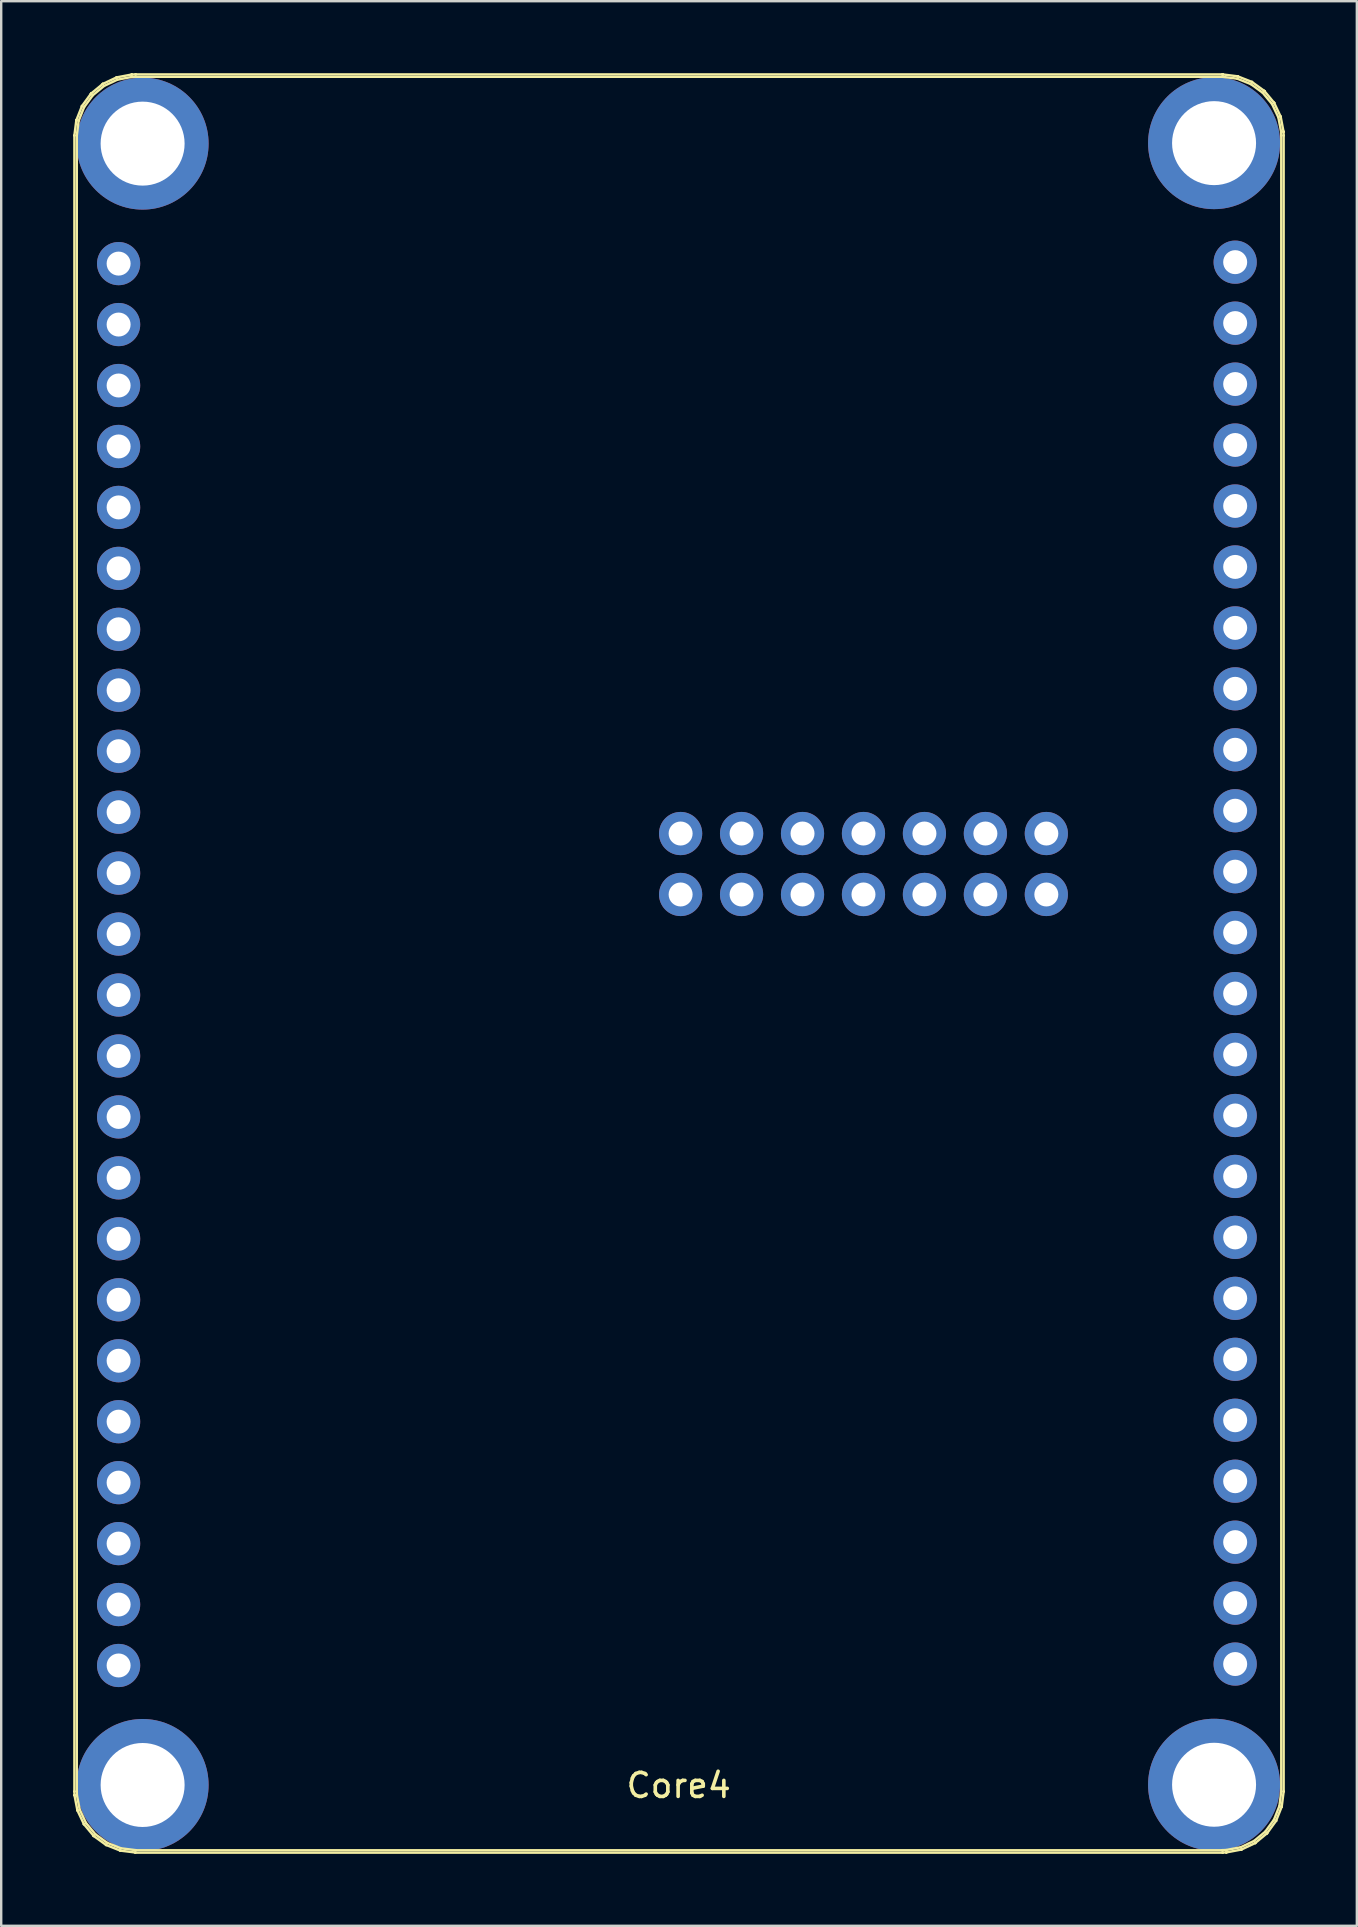
<source format=kicad_pcb>
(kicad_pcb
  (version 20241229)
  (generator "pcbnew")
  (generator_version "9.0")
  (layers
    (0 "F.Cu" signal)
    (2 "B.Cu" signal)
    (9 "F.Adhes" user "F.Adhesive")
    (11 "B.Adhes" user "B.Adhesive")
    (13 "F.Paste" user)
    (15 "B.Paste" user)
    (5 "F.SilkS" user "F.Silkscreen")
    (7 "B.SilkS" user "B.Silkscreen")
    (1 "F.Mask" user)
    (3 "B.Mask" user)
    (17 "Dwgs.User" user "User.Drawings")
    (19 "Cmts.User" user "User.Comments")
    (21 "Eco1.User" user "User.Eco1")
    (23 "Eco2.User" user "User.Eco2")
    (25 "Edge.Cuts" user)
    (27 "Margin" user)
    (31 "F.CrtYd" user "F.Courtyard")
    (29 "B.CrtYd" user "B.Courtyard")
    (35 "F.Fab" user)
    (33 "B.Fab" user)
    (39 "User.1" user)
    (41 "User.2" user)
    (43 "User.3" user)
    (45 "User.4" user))
  (footprint "Core4"
    (layer "F.Cu")
    (at 1.893 7.935)
    (property "Reference" "Core4" (at 23.34 63.42 0) (layer "F.SilkS") (effects (font (size 1 1) (thickness 0.15))))
    (attr through_hole)
    (fp_line (start -1.843 -5.339) (end -1.843 -5.342) (stroke (width 0.1) (type solid)) (layer "F.SilkS"))
    (fp_line (start -1.843 63.669) (end -1.843 -5.339) (stroke (width 0.1) (type solid)) (layer "F.SilkS"))
    (fp_line (start -1.843 63.67) (end -1.843 63.669) (stroke (width 0.1) (type solid)) (layer "F.SilkS"))
    (fp_line (start -1.843 -5.342) (end -1.764 -5.963) (stroke (width 0.1) (type solid)) (layer "F.SilkS"))
    (fp_line (start -1.838 63.824) (end -1.843 63.67) (stroke (width 0.1) (type solid)) (layer "F.SilkS"))
    (fp_line (start -1.838 63.825) (end -1.838 63.824) (stroke (width 0.1) (type solid)) (layer "F.SilkS"))
    (fp_line (start -1.838 63.824) (end -1.838 63.824) (stroke (width 0.1) (type solid)) (layer "F.SilkS"))
    (fp_line (start -1.838 63.831) (end -1.838 63.825) (stroke (width 0.1) (type solid)) (layer "F.SilkS"))
    (fp_line (start -1.764 -5.963) (end -1.763 -5.969) (stroke (width 0.1) (type solid)) (layer "F.SilkS"))
    (fp_line (start -1.763 -5.969) (end -1.762 -5.972) (stroke (width 0.1) (type solid)) (layer "F.SilkS"))
    (fp_line (start -1.762 -5.972) (end -1.761 -5.975) (stroke (width 0.1) (type solid)) (layer "F.SilkS"))
    (fp_line (start -1.761 -5.975) (end -1.531 -6.558) (stroke (width 0.1) (type solid)) (layer "F.SilkS"))
    (fp_line (start -1.743 -5.332) (end -1.743 63.664) (stroke (width 0.1) (type solid)) (layer "F.SilkS"))
    (fp_line (start -1.743 63.664) (end -1.739 63.816) (stroke (width 0.1) (type solid)) (layer "F.SilkS"))
    (fp_line (start -1.739 63.816) (end -1.623 64.422) (stroke (width 0.1) (type solid)) (layer "F.SilkS"))
    (fp_line (start -1.72 64.447) (end -1.838 63.831) (stroke (width 0.1) (type solid)) (layer "F.SilkS"))
    (fp_line (start -1.719 64.45) (end -1.72 64.447) (stroke (width 0.1) (type solid)) (layer "F.SilkS"))
    (fp_line (start -1.719 64.453) (end -1.719 64.45) (stroke (width 0.1) (type solid)) (layer "F.SilkS"))
    (fp_line (start -1.716 64.459) (end -1.719 64.453) (stroke (width 0.1) (type solid)) (layer "F.SilkS"))
    (fp_line (start -1.666 -5.944) (end -1.743 -5.332) (stroke (width 0.1) (type solid)) (layer "F.SilkS"))
    (fp_line (start -1.623 64.422) (end -1.362 64.978) (stroke (width 0.1) (type solid)) (layer "F.SilkS"))
    (fp_line (start -1.531 -6.558) (end -1.528 -6.563) (stroke (width 0.1) (type solid)) (layer "F.SilkS"))
    (fp_line (start -1.528 -6.563) (end -1.526 -6.566) (stroke (width 0.1) (type solid)) (layer "F.SilkS"))
    (fp_line (start -1.526 -6.566) (end -1.525 -6.569) (stroke (width 0.1) (type solid)) (layer "F.SilkS"))
    (fp_line (start -1.525 -6.569) (end -1.156 -7.076) (stroke (width 0.1) (type solid)) (layer "F.SilkS"))
    (fp_line (start -1.45 65.026) (end -1.716 64.459) (stroke (width 0.1) (type solid)) (layer "F.SilkS"))
    (fp_line (start -1.448 65.029) (end -1.45 65.026) (stroke (width 0.1) (type solid)) (layer "F.SilkS"))
    (fp_line (start -1.446 65.031) (end -1.448 65.029) (stroke (width 0.1) (type solid)) (layer "F.SilkS"))
    (fp_line (start -1.443 65.036) (end -1.446 65.031) (stroke (width 0.1) (type solid)) (layer "F.SilkS"))
    (fp_line (start -1.44 -6.515) (end -1.666 -5.944) (stroke (width 0.1) (type solid)) (layer "F.SilkS"))
    (fp_line (start -1.362 64.978) (end -0.97 65.451) (stroke (width 0.1) (type solid)) (layer "F.SilkS"))
    (fp_line (start -1.156 -7.076) (end -1.152 -7.08) (stroke (width 0.1) (type solid)) (layer "F.SilkS"))
    (fp_line (start -1.152 -7.08) (end -1.15 -7.082) (stroke (width 0.1) (type solid)) (layer "F.SilkS"))
    (fp_line (start -1.15 -7.082) (end -1.148 -7.085) (stroke (width 0.1) (type solid)) (layer "F.SilkS"))
    (fp_line (start -1.148 -7.085) (end -0.665 -7.484) (stroke (width 0.1) (type solid)) (layer "F.SilkS"))
    (fp_line (start -1.079 -7.012) (end -1.44 -6.515) (stroke (width 0.1) (type solid)) (layer "F.SilkS"))
    (fp_line (start -1.043 65.519) (end -1.443 65.036) (stroke (width 0.1) (type solid)) (layer "F.SilkS"))
    (fp_line (start -1.041 65.521) (end -1.043 65.519) (stroke (width 0.1) (type solid)) (layer "F.SilkS"))
    (fp_line (start -1.039 65.524) (end -1.041 65.521) (stroke (width 0.1) (type solid)) (layer "F.SilkS"))
    (fp_line (start -1.034 65.528) (end -1.039 65.524) (stroke (width 0.1) (type solid)) (layer "F.SilkS"))
    (fp_line (start -0.97 65.451) (end -0.473 65.812) (stroke (width 0.1) (type solid)) (layer "F.SilkS"))
    (fp_line (start -0.665 -7.484) (end -0.66 -7.488) (stroke (width 0.1) (type solid)) (layer "F.SilkS"))
    (fp_line (start -0.66 -7.488) (end -0.657 -7.489) (stroke (width 0.1) (type solid)) (layer "F.SilkS"))
    (fp_line (start -0.657 -7.489) (end -0.654 -7.491) (stroke (width 0.1) (type solid)) (layer "F.SilkS"))
    (fp_line (start -0.654 -7.491) (end -0.087 -7.758) (stroke (width 0.1) (type solid)) (layer "F.SilkS"))
    (fp_line (start -0.606 -7.403) (end -1.079 -7.012) (stroke (width 0.1) (type solid)) (layer "F.SilkS"))
    (fp_line (start -0.527 65.896) (end -1.034 65.528) (stroke (width 0.1) (type solid)) (layer "F.SilkS"))
    (fp_line (start -0.524 65.898) (end -0.527 65.896) (stroke (width 0.1) (type solid)) (layer "F.SilkS"))
    (fp_line (start -0.522 65.9) (end -0.524 65.898) (stroke (width 0.1) (type solid)) (layer "F.SilkS"))
    (fp_line (start -0.516 65.902) (end -0.522 65.9) (stroke (width 0.1) (type solid)) (layer "F.SilkS"))
    (fp_line (start -0.473 65.812) (end 0.097 66.038) (stroke (width 0.1) (type solid)) (layer "F.SilkS"))
    (fp_line (start -0.087 -7.758) (end -0.081 -7.76) (stroke (width 0.1) (type solid)) (layer "F.SilkS"))
    (fp_line (start -0.081 -7.76) (end -0.078 -7.761) (stroke (width 0.1) (type solid)) (layer "F.SilkS"))
    (fp_line (start -0.078 -7.761) (end -0.075 -7.762) (stroke (width 0.1) (type solid)) (layer "F.SilkS"))
    (fp_line (start -0.075 -7.762) (end 0.54 -7.879) (stroke (width 0.1) (type solid)) (layer "F.SilkS"))
    (fp_line (start -0.05 -7.665) (end -0.606 -7.403) (stroke (width 0.1) (type solid)) (layer "F.SilkS"))
    (fp_line (start 0.067 66.133) (end -0.516 65.902) (stroke (width 0.1) (type solid)) (layer "F.SilkS"))
    (fp_line (start 0.07 66.134) (end 0.067 66.133) (stroke (width 0.1) (type solid)) (layer "F.SilkS"))
    (fp_line (start 0.072 66.135) (end 0.07 66.134) (stroke (width 0.1) (type solid)) (layer "F.SilkS"))
    (fp_line (start 0.079 66.136) (end 0.072 66.135) (stroke (width 0.1) (type solid)) (layer "F.SilkS"))
    (fp_line (start 0.097 66.038) (end 0.713 66.115) (stroke (width 0.1) (type solid)) (layer "F.SilkS"))
    (fp_line (start 0.54 -7.879) (end 0.546 -7.88) (stroke (width 0.1) (type solid)) (layer "F.SilkS"))
    (fp_line (start 0.546 -7.88) (end 0.547 -7.88) (stroke (width 0.1) (type solid)) (layer "F.SilkS"))
    (fp_line (start 0.547 -7.88) (end 0.548 -7.88) (stroke (width 0.1) (type solid)) (layer "F.SilkS"))
    (fp_line (start 0.548 -7.88) (end 0.705 -7.885) (stroke (width 0.1) (type solid)) (layer "F.SilkS"))
    (fp_line (start 0.555 -7.78) (end -0.05 -7.665) (stroke (width 0.1) (type solid)) (layer "F.SilkS"))
    (fp_line (start 0.683 66.212) (end 0.079 66.136) (stroke (width 0.1) (type solid)) (layer "F.SilkS"))
    (fp_line (start 0.69 66.216) (end 0.683 66.212) (stroke (width 0.1) (type solid)) (layer "F.SilkS"))
    (fp_line (start 0.7 -7.785) (end 0.555 -7.78) (stroke (width 0.1) (type solid)) (layer "F.SilkS"))
    (fp_line (start 0.703 -7.784) (end 0.7 -7.785) (stroke (width 0.1) (type solid)) (layer "F.SilkS"))
    (fp_line (start 0.703 66.219) (end 0.69 66.216) (stroke (width 0.1) (type solid)) (layer "F.SilkS"))
    (fp_line (start 0.705 -7.885) (end 0.711 -7.885) (stroke (width 0.1) (type solid)) (layer "F.SilkS"))
    (fp_line (start 0.711 -7.885) (end 0.713 -7.884) (stroke (width 0.1) (type solid)) (layer "F.SilkS"))
    (fp_line (start 0.713 66.115) (end 0.719 66.117) (stroke (width 0.1) (type solid)) (layer "F.SilkS"))
    (fp_line (start 0.713 -7.884) (end 45.993 -7.884) (stroke (width 0.1) (type solid)) (layer "F.SilkS"))
    (fp_line (start 0.719 66.117) (end 0.724 66.119) (stroke (width 0.1) (type solid)) (layer "F.SilkS"))
    (fp_line (start 0.724 66.119) (end 45.982 66.119) (stroke (width 0.1) (type solid)) (layer "F.SilkS"))
    (fp_line (start 45.982 66.119) (end 45.986 66.117) (stroke (width 0.1) (type solid)) (layer "F.SilkS"))
    (fp_line (start 45.986 66.117) (end 45.998 66.115) (stroke (width 0.1) (type solid)) (layer "F.SilkS"))
    (fp_line (start 45.993 -7.884) (end 45.994 -7.884) (stroke (width 0.1) (type solid)) (layer "F.SilkS"))
    (fp_line (start 45.994 -7.884) (end 46.006 -7.884) (stroke (width 0.1) (type solid)) (layer "F.SilkS"))
    (fp_line (start 45.998 66.115) (end 46.152 66.11) (stroke (width 0.1) (type solid)) (layer "F.SilkS"))
    (fp_line (start 46 66.219) (end 0.703 66.219) (stroke (width 0.1) (type solid)) (layer "F.SilkS"))
    (fp_line (start 46.002 -7.784) (end 0.703 -7.784) (stroke (width 0.1) (type solid)) (layer "F.SilkS"))
    (fp_line (start 46.006 -7.884) (end 46.009 -7.884) (stroke (width 0.1) (type solid)) (layer "F.SilkS"))
    (fp_line (start 46.009 -7.884) (end 46.013 -7.884) (stroke (width 0.1) (type solid)) (layer "F.SilkS"))
    (fp_line (start 46.013 -7.884) (end 46.023 -7.882) (stroke (width 0.1) (type solid)) (layer "F.SilkS"))
    (fp_line (start 46.013 66.216) (end 46 66.219) (stroke (width 0.1) (type solid)) (layer "F.SilkS"))
    (fp_line (start 46.016 66.215) (end 46.013 66.216) (stroke (width 0.1) (type solid)) (layer "F.SilkS"))
    (fp_line (start 46.023 -7.882) (end 46.628 -7.806) (stroke (width 0.1) (type solid)) (layer "F.SilkS"))
    (fp_line (start 46.152 66.11) (end 46.757 65.995) (stroke (width 0.1) (type solid)) (layer "F.SilkS"))
    (fp_line (start 46.159 66.21) (end 46.016 66.215) (stroke (width 0.1) (type solid)) (layer "F.SilkS"))
    (fp_line (start 46.159 66.21) (end 46.159 66.21) (stroke (width 0.1) (type solid)) (layer "F.SilkS"))
    (fp_line (start 46.16 66.21) (end 46.159 66.21) (stroke (width 0.1) (type solid)) (layer "F.SilkS"))
    (fp_line (start 46.166 66.209) (end 46.16 66.21) (stroke (width 0.1) (type solid)) (layer "F.SilkS"))
    (fp_line (start 46.609 -7.707) (end 46.002 -7.784) (stroke (width 0.1) (type solid)) (layer "F.SilkS"))
    (fp_line (start 46.628 -7.806) (end 46.634 -7.805) (stroke (width 0.1) (type solid)) (layer "F.SilkS"))
    (fp_line (start 46.634 -7.805) (end 46.637 -7.803) (stroke (width 0.1) (type solid)) (layer "F.SilkS"))
    (fp_line (start 46.637 -7.803) (end 46.64 -7.803) (stroke (width 0.1) (type solid)) (layer "F.SilkS"))
    (fp_line (start 46.64 -7.803) (end 47.223 -7.572) (stroke (width 0.1) (type solid)) (layer "F.SilkS"))
    (fp_line (start 46.757 65.995) (end 47.313 65.733) (stroke (width 0.1) (type solid)) (layer "F.SilkS"))
    (fp_line (start 46.782 66.092) (end 46.166 66.209) (stroke (width 0.1) (type solid)) (layer "F.SilkS"))
    (fp_line (start 46.785 66.091) (end 46.782 66.092) (stroke (width 0.1) (type solid)) (layer "F.SilkS"))
    (fp_line (start 46.788 66.09) (end 46.785 66.091) (stroke (width 0.1) (type solid)) (layer "F.SilkS"))
    (fp_line (start 46.794 66.088) (end 46.788 66.09) (stroke (width 0.1) (type solid)) (layer "F.SilkS"))
    (fp_line (start 47.18 -7.481) (end 46.609 -7.707) (stroke (width 0.1) (type solid)) (layer "F.SilkS"))
    (fp_line (start 47.223 -7.572) (end 47.229 -7.569) (stroke (width 0.1) (type solid)) (layer "F.SilkS"))
    (fp_line (start 47.229 -7.569) (end 47.231 -7.567) (stroke (width 0.1) (type solid)) (layer "F.SilkS"))
    (fp_line (start 47.231 -7.567) (end 47.234 -7.566) (stroke (width 0.1) (type solid)) (layer "F.SilkS"))
    (fp_line (start 47.234 -7.566) (end 47.741 -7.198) (stroke (width 0.1) (type solid)) (layer "F.SilkS"))
    (fp_line (start 47.313 65.733) (end 47.786 65.342) (stroke (width 0.1) (type solid)) (layer "F.SilkS"))
    (fp_line (start 47.361 65.821) (end 46.794 66.088) (stroke (width 0.1) (type solid)) (layer "F.SilkS"))
    (fp_line (start 47.364 65.819) (end 47.361 65.821) (stroke (width 0.1) (type solid)) (layer "F.SilkS"))
    (fp_line (start 47.367 65.818) (end 47.364 65.819) (stroke (width 0.1) (type solid)) (layer "F.SilkS"))
    (fp_line (start 47.371 65.814) (end 47.367 65.818) (stroke (width 0.1) (type solid)) (layer "F.SilkS"))
    (fp_line (start 47.677 -7.12) (end 47.18 -7.481) (stroke (width 0.1) (type solid)) (layer "F.SilkS"))
    (fp_line (start 47.741 -7.198) (end 47.746 -7.194) (stroke (width 0.1) (type solid)) (layer "F.SilkS"))
    (fp_line (start 47.746 -7.194) (end 47.748 -7.191) (stroke (width 0.1) (type solid)) (layer "F.SilkS"))
    (fp_line (start 47.748 -7.191) (end 47.75 -7.189) (stroke (width 0.1) (type solid)) (layer "F.SilkS"))
    (fp_line (start 47.75 -7.189) (end 48.149 -6.706) (stroke (width 0.1) (type solid)) (layer "F.SilkS"))
    (fp_line (start 47.786 65.342) (end 48.147 64.845) (stroke (width 0.1) (type solid)) (layer "F.SilkS"))
    (fp_line (start 47.854 65.415) (end 47.371 65.814) (stroke (width 0.1) (type solid)) (layer "F.SilkS"))
    (fp_line (start 47.856 65.413) (end 47.854 65.415) (stroke (width 0.1) (type solid)) (layer "F.SilkS"))
    (fp_line (start 47.859 65.411) (end 47.856 65.413) (stroke (width 0.1) (type solid)) (layer "F.SilkS"))
    (fp_line (start 47.863 65.406) (end 47.859 65.411) (stroke (width 0.1) (type solid)) (layer "F.SilkS"))
    (fp_line (start 48.068 -6.647) (end 47.677 -7.12) (stroke (width 0.1) (type solid)) (layer "F.SilkS"))
    (fp_line (start 48.147 64.845) (end 48.373 64.274) (stroke (width 0.1) (type solid)) (layer "F.SilkS"))
    (fp_line (start 48.149 -6.706) (end 48.153 -6.701) (stroke (width 0.1) (type solid)) (layer "F.SilkS"))
    (fp_line (start 48.153 -6.701) (end 48.154 -6.698) (stroke (width 0.1) (type solid)) (layer "F.SilkS"))
    (fp_line (start 48.154 -6.698) (end 48.156 -6.696) (stroke (width 0.1) (type solid)) (layer "F.SilkS"))
    (fp_line (start 48.156 -6.696) (end 48.423 -6.129) (stroke (width 0.1) (type solid)) (layer "F.SilkS"))
    (fp_line (start 48.231 64.899) (end 47.863 65.406) (stroke (width 0.1) (type solid)) (layer "F.SilkS"))
    (fp_line (start 48.233 64.896) (end 48.231 64.899) (stroke (width 0.1) (type solid)) (layer "F.SilkS"))
    (fp_line (start 48.235 64.893) (end 48.233 64.896) (stroke (width 0.1) (type solid)) (layer "F.SilkS"))
    (fp_line (start 48.237 64.888) (end 48.235 64.893) (stroke (width 0.1) (type solid)) (layer "F.SilkS"))
    (fp_line (start 48.33 -6.092) (end 48.068 -6.647) (stroke (width 0.1) (type solid)) (layer "F.SilkS"))
    (fp_line (start 48.373 64.274) (end 48.45 63.662) (stroke (width 0.1) (type solid)) (layer "F.SilkS"))
    (fp_line (start 48.423 -6.129) (end 48.425 -6.123) (stroke (width 0.1) (type solid)) (layer "F.SilkS"))
    (fp_line (start 48.425 -6.123) (end 48.426 -6.12) (stroke (width 0.1) (type solid)) (layer "F.SilkS"))
    (fp_line (start 48.426 -6.12) (end 48.427 -6.117) (stroke (width 0.1) (type solid)) (layer "F.SilkS"))
    (fp_line (start 48.427 -6.117) (end 48.544 -5.501) (stroke (width 0.1) (type solid)) (layer "F.SilkS"))
    (fp_line (start 48.445 -5.486) (end 48.33 -6.092) (stroke (width 0.1) (type solid)) (layer "F.SilkS"))
    (fp_line (start 48.45 -5.334) (end 48.445 -5.486) (stroke (width 0.1) (type solid)) (layer "F.SilkS"))
    (fp_line (start 48.45 63.662) (end 48.45 -5.334) (stroke (width 0.1) (type solid)) (layer "F.SilkS"))
    (fp_line (start 48.468 64.305) (end 48.237 64.888) (stroke (width 0.1) (type solid)) (layer "F.SilkS"))
    (fp_line (start 48.469 64.302) (end 48.468 64.305) (stroke (width 0.1) (type solid)) (layer "F.SilkS"))
    (fp_line (start 48.47 64.299) (end 48.469 64.302) (stroke (width 0.1) (type solid)) (layer "F.SilkS"))
    (fp_line (start 48.471 64.293) (end 48.47 64.299) (stroke (width 0.1) (type solid)) (layer "F.SilkS"))
    (fp_line (start 48.544 -5.501) (end 48.545 -5.495) (stroke (width 0.1) (type solid)) (layer "F.SilkS"))
    (fp_line (start 48.545 -5.494) (end 48.545 -5.493) (stroke (width 0.1) (type solid)) (layer "F.SilkS"))
    (fp_line (start 48.545 -5.495) (end 48.545 -5.494) (stroke (width 0.1) (type solid)) (layer "F.SilkS"))
    (fp_line (start 48.545 -5.493) (end 48.55 -5.34) (stroke (width 0.1) (type solid)) (layer "F.SilkS"))
    (fp_line (start 48.55 63.672) (end 48.471 64.293) (stroke (width 0.1) (type solid)) (layer "F.SilkS"))
    (fp_line (start 48.55 -5.34) (end 48.55 -5.339) (stroke (width 0.1) (type solid)) (layer "F.SilkS"))
    (fp_line (start 48.55 -5.339) (end 48.55 63.669) (stroke (width 0.1) (type solid)) (layer "F.SilkS"))
    (fp_line (start 48.55 63.669) (end 48.55 63.672) (stroke (width 0.1) (type solid)) (layer "F.SilkS"))
    (pad "" thru_hole circle (at 1 -5) (size 5.5 5.5) (drill 3.5) (layers "*.Cu" "*.Mask"))
    (pad "" thru_hole circle (at 1 63.4) (size 5.5 5.5) (drill 3.5) (layers "*.Cu" "*.Mask"))
    (pad "" thru_hole circle (at 45.65 -5.02) (size 5.5 5.5) (drill 3.5) (layers "*.Cu" "*.Mask"))
    (pad "" thru_hole circle (at 45.65 63.39) (size 5.5 5.5) (drill 3.5) (layers "*.Cu" "*.Mask"))
    (pad "1" thru_hole circle (at 0 0) (size 1.8 1.8) (drill 1) (layers "*.Cu" "*.Mask"))
    (pad "2" thru_hole circle (at 0 2.54) (size 1.8 1.8) (drill 1) (layers "*.Cu" "*.Mask"))
    (pad "3" thru_hole circle (at 0 5.08) (size 1.8 1.8) (drill 1) (layers "*.Cu" "*.Mask"))
    (pad "4" thru_hole circle (at 0 7.62) (size 1.8 1.8) (drill 1) (layers "*.Cu" "*.Mask"))
    (pad "5" thru_hole circle (at 0 10.16) (size 1.8 1.8) (drill 1) (layers "*.Cu" "*.Mask"))
    (pad "6" thru_hole circle (at 0 12.7) (size 1.8 1.8) (drill 1) (layers "*.Cu" "*.Mask"))
    (pad "7" thru_hole circle (at 0 15.24) (size 1.8 1.8) (drill 1) (layers "*.Cu" "*.Mask"))
    (pad "8" thru_hole circle (at 0 17.78) (size 1.8 1.8) (drill 1) (layers "*.Cu" "*.Mask"))
    (pad "9" thru_hole circle (at 0 20.32) (size 1.8 1.8) (drill 1) (layers "*.Cu" "*.Mask"))
    (pad "10" thru_hole circle (at 0 22.86) (size 1.8 1.8) (drill 1) (layers "*.Cu" "*.Mask"))
    (pad "11" thru_hole circle (at 0 25.4) (size 1.8 1.8) (drill 1) (layers "*.Cu" "*.Mask"))
    (pad "12" thru_hole circle (at 0 27.94) (size 1.8 1.8) (drill 1) (layers "*.Cu" "*.Mask"))
    (pad "13" thru_hole circle (at 0 30.48) (size 1.8 1.8) (drill 1) (layers "*.Cu" "*.Mask"))
    (pad "14" thru_hole circle (at 0 33.02) (size 1.8 1.8) (drill 1) (layers "*.Cu" "*.Mask"))
    (pad "15" thru_hole circle (at 0 35.56) (size 1.8 1.8) (drill 1) (layers "*.Cu" "*.Mask"))
    (pad "16" thru_hole circle (at 0 38.1) (size 1.8 1.8) (drill 1) (layers "*.Cu" "*.Mask"))
    (pad "17" thru_hole circle (at 0 40.64) (size 1.8 1.8) (drill 1) (layers "*.Cu" "*.Mask"))
    (pad "18" thru_hole circle (at 0 43.18) (size 1.8 1.8) (drill 1) (layers "*.Cu" "*.Mask"))
    (pad "19" thru_hole circle (at 0 45.72) (size 1.8 1.8) (drill 1) (layers "*.Cu" "*.Mask"))
    (pad "20" thru_hole circle (at 0 48.26) (size 1.8 1.8) (drill 1) (layers "*.Cu" "*.Mask"))
    (pad "21" thru_hole circle (at 0 50.8) (size 1.8 1.8) (drill 1) (layers "*.Cu" "*.Mask"))
    (pad "22" thru_hole circle (at 0 53.34) (size 1.8 1.8) (drill 1) (layers "*.Cu" "*.Mask"))
    (pad "23" thru_hole circle (at 0 55.88) (size 1.8 1.8) (drill 1) (layers "*.Cu" "*.Mask"))
    (pad "24" thru_hole circle (at 0 58.42) (size 1.8 1.8) (drill 1) (layers "*.Cu" "*.Mask"))
    (pad "25" thru_hole circle (at 46.53 -0.06) (size 1.8 1.8) (drill 1) (layers "*.Cu" "*.Mask"))
    (pad "26" thru_hole circle (at 46.53 2.48) (size 1.8 1.8) (drill 1) (layers "*.Cu" "*.Mask"))
    (pad "27" thru_hole circle (at 46.53 5.02) (size 1.8 1.8) (drill 1) (layers "*.Cu" "*.Mask"))
    (pad "28" thru_hole circle (at 46.53 7.56) (size 1.8 1.8) (drill 1) (layers "*.Cu" "*.Mask"))
    (pad "29" thru_hole circle (at 46.53 10.1) (size 1.8 1.8) (drill 1) (layers "*.Cu" "*.Mask"))
    (pad "30" thru_hole circle (at 46.53 12.64) (size 1.8 1.8) (drill 1) (layers "*.Cu" "*.Mask"))
    (pad "31" thru_hole circle (at 46.53 15.18) (size 1.8 1.8) (drill 1) (layers "*.Cu" "*.Mask"))
    (pad "32" thru_hole circle (at 46.53 17.72) (size 1.8 1.8) (drill 1) (layers "*.Cu" "*.Mask"))
    (pad "33" thru_hole circle (at 46.53 20.26) (size 1.8 1.8) (drill 1) (layers "*.Cu" "*.Mask"))
    (pad "34" thru_hole circle (at 46.53 22.8) (size 1.8 1.8) (drill 1) (layers "*.Cu" "*.Mask"))
    (pad "35" thru_hole circle (at 46.53 25.34) (size 1.8 1.8) (drill 1) (layers "*.Cu" "*.Mask"))
    (pad "36" thru_hole circle (at 46.53 27.88) (size 1.8 1.8) (drill 1) (layers "*.Cu" "*.Mask"))
    (pad "37" thru_hole circle (at 46.53 30.42) (size 1.8 1.8) (drill 1) (layers "*.Cu" "*.Mask"))
    (pad "38" thru_hole circle (at 46.53 32.96) (size 1.8 1.8) (drill 1) (layers "*.Cu" "*.Mask"))
    (pad "39" thru_hole circle (at 46.53 35.5) (size 1.8 1.8) (drill 1) (layers "*.Cu" "*.Mask"))
    (pad "40" thru_hole circle (at 46.53 38.04) (size 1.8 1.8) (drill 1) (layers "*.Cu" "*.Mask"))
    (pad "41" thru_hole circle (at 46.53 40.58) (size 1.8 1.8) (drill 1) (layers "*.Cu" "*.Mask"))
    (pad "42" thru_hole circle (at 46.53 43.12) (size 1.8 1.8) (drill 1) (layers "*.Cu" "*.Mask"))
    (pad "43" thru_hole circle (at 46.53 45.66) (size 1.8 1.8) (drill 1) (layers "*.Cu" "*.Mask"))
    (pad "44" thru_hole circle (at 46.53 48.2) (size 1.8 1.8) (drill 1) (layers "*.Cu" "*.Mask"))
    (pad "45" thru_hole circle (at 46.53 50.74) (size 1.8 1.8) (drill 1) (layers "*.Cu" "*.Mask"))
    (pad "46" thru_hole circle (at 46.53 53.28) (size 1.8 1.8) (drill 1) (layers "*.Cu" "*.Mask"))
    (pad "47" thru_hole circle (at 46.53 55.82) (size 1.8 1.8) (drill 1) (layers "*.Cu" "*.Mask"))
    (pad "48" thru_hole circle (at 46.53 58.36) (size 1.8 1.8) (drill 1) (layers "*.Cu" "*.Mask"))
    (pad "49" thru_hole circle (at 23.42 23.75) (size 1.8 1.8) (drill 1) (layers "*.Cu" "*.Mask"))
    (pad "50" thru_hole circle (at 23.42 26.29) (size 1.8 1.8) (drill 1) (layers "*.Cu" "*.Mask"))
    (pad "51" thru_hole circle (at 25.96 23.75) (size 1.8 1.8) (drill 1) (layers "*.Cu" "*.Mask"))
    (pad "52" thru_hole circle (at 25.96 26.29) (size 1.8 1.8) (drill 1) (layers "*.Cu" "*.Mask"))
    (pad "53" thru_hole circle (at 28.5 23.75) (size 1.8 1.8) (drill 1) (layers "*.Cu" "*.Mask"))
    (pad "54" thru_hole circle (at 28.5 26.29) (size 1.8 1.8) (drill 1) (layers "*.Cu" "*.Mask"))
    (pad "55" thru_hole circle (at 31.04 23.75) (size 1.8 1.8) (drill 1) (layers "*.Cu" "*.Mask"))
    (pad "56" thru_hole circle (at 31.04 26.29) (size 1.8 1.8) (drill 1) (layers "*.Cu" "*.Mask"))
    (pad "57" thru_hole circle (at 33.58 23.75) (size 1.8 1.8) (drill 1) (layers "*.Cu" "*.Mask"))
    (pad "58" thru_hole circle (at 33.58 26.29) (size 1.8 1.8) (drill 1) (layers "*.Cu" "*.Mask"))
    (pad "59" thru_hole circle (at 36.12 23.75) (size 1.8 1.8) (drill 1) (layers "*.Cu" "*.Mask"))
    (pad "60" thru_hole circle (at 36.12 26.29) (size 1.8 1.8) (drill 1) (layers "*.Cu" "*.Mask"))
    (pad "61" thru_hole circle (at 38.66 23.75) (size 1.8 1.8) (drill 1) (layers "*.Cu" "*.Mask"))
    (pad "62" thru_hole circle (at 38.66 26.29) (size 1.8 1.8) (drill 1) (layers "*.Cu" "*.Mask")))
  (gr_rect
    (start -3 -3)
    (end 53.493 77.204)
    (stroke (width 0.1) (type default))
    (fill no)
    (layer "Edge.Cuts")))
</source>
